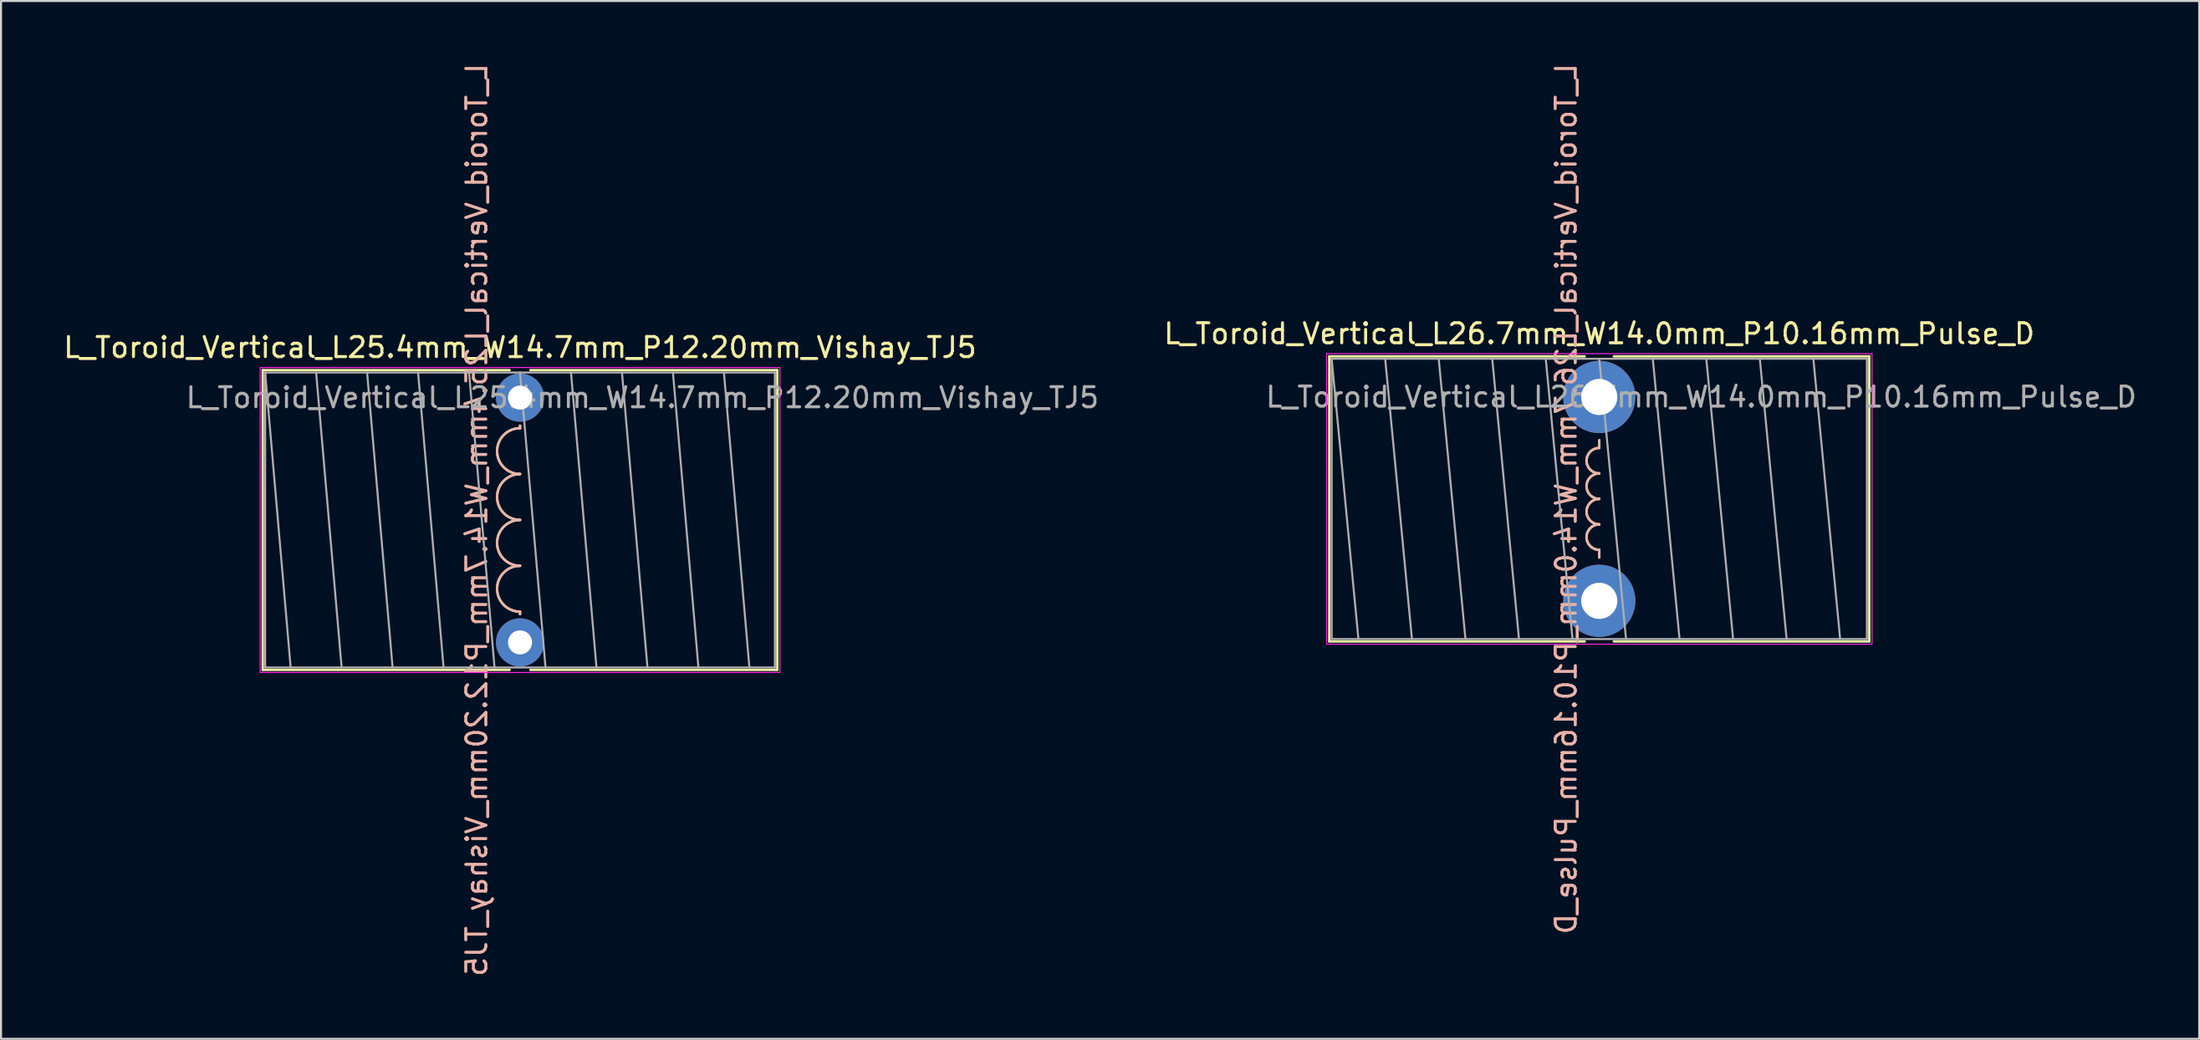
<source format=kicad_pcb>
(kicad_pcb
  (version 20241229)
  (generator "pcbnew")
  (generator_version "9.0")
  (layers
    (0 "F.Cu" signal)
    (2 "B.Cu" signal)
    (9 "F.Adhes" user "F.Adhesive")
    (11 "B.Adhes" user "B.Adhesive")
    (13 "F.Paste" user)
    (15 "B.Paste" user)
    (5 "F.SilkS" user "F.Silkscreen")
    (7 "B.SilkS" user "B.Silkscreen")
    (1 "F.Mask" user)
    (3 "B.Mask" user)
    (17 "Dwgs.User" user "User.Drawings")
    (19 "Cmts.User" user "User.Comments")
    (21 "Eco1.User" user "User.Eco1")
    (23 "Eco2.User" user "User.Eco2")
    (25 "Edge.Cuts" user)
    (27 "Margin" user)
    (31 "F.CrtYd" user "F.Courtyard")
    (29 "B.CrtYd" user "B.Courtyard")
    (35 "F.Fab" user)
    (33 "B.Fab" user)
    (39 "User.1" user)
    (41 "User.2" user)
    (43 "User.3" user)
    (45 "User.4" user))
  (footprint "L_Toroid_Vertical_L26.7mm_W14.0mm_P10.16mm_Pulse_D"
    (layer "F.Cu")
    (at 76.642 16.735)
    (property "Reference" "L_Toroid_Vertical_L26.7mm_W14.0mm_P10.16mm_Pulse_D" (at 0 -3.155 0) (layer "F.SilkS") (effects (font (size 1 1) (thickness 0.15))))
    (fp_line (start -13.455 -2.025) (end -13.455 12.185) (stroke (width 0.12) (type solid)) (layer "F.SilkS"))
    (fp_line (start -13.455 -2.025) (end -0.725 -2.025) (stroke (width 0.12) (type solid)) (layer "F.SilkS"))
    (fp_line (start -13.455 12.185) (end -0.725 12.185) (stroke (width 0.12) (type solid)) (layer "F.SilkS"))
    (fp_line (start 0 2.54) (end 0 2.159) (stroke (width 0.12) (type solid)) (layer "F.SilkS"))
    (fp_line (start 0 7.62) (end 0 8.001) (stroke (width 0.12) (type solid)) (layer "F.SilkS"))
    (fp_line (start 0.725 -2.025) (end 13.455 -2.025) (stroke (width 0.12) (type solid)) (layer "F.SilkS"))
    (fp_line (start 0.725 12.185) (end 13.455 12.185) (stroke (width 0.12) (type solid)) (layer "F.SilkS"))
    (fp_line (start 13.455 -2.025) (end 13.455 12.185) (stroke (width 0.12) (type solid)) (layer "F.SilkS"))
    (fp_arc (start 0 3.81) (mid -0.635 3.175) (end 0 2.54) (stroke (width 0.12) (type solid)) (layer "F.SilkS"))
    (fp_arc (start 0 5.08) (mid -0.635 4.445) (end 0 3.81) (stroke (width 0.12) (type solid)) (layer "F.SilkS"))
    (fp_arc (start 0 6.35) (mid -0.635 5.715) (end 0 5.08) (stroke (width 0.12) (type solid)) (layer "F.SilkS"))
    (fp_arc (start 0 7.62) (mid -0.635 6.985) (end 0 6.35) (stroke (width 0.12) (type solid)) (layer "F.SilkS"))
    (fp_line (start 0 2.54) (end 0 2.159) (stroke (width 0.12) (type solid)) (layer "B.SilkS"))
    (fp_line (start 0 7.62) (end 0 8.001) (stroke (width 0.12) (type solid)) (layer "B.SilkS"))
    (fp_arc (start 0 3.81) (mid -0.635 3.175) (end 0 2.54) (stroke (width 0.12) (type solid)) (layer "B.SilkS"))
    (fp_arc (start 0 5.08) (mid -0.635 4.445) (end 0 3.81) (stroke (width 0.12) (type solid)) (layer "B.SilkS"))
    (fp_arc (start 0 6.35) (mid -0.635 5.715) (end 0 5.08) (stroke (width 0.12) (type solid)) (layer "B.SilkS"))
    (fp_arc (start 0 7.62) (mid -0.635 6.985) (end 0 6.35) (stroke (width 0.12) (type solid)) (layer "B.SilkS"))
    (fp_line (start -13.59 -2.16) (end -13.59 12.32) (stroke (width 0.05) (type solid)) (layer "F.CrtYd"))
    (fp_line (start -13.59 12.32) (end 13.59 12.32) (stroke (width 0.05) (type solid)) (layer "F.CrtYd"))
    (fp_line (start 13.59 -2.16) (end -13.59 -2.16) (stroke (width 0.05) (type solid)) (layer "F.CrtYd"))
    (fp_line (start 13.59 12.32) (end 13.59 -2.16) (stroke (width 0.05) (type solid)) (layer "F.CrtYd"))
    (fp_line (start -13.335 -1.905) (end -13.335 12.065) (stroke (width 0.1) (type solid)) (layer "F.Fab"))
    (fp_line (start -13.335 -1.905) (end -12.002 12.065) (stroke (width 0.1) (type solid)) (layer "F.Fab"))
    (fp_line (start -13.335 12.065) (end 13.335 12.065) (stroke (width 0.1) (type solid)) (layer "F.Fab"))
    (fp_line (start -10.668 -1.905) (end -9.335 12.065) (stroke (width 0.1) (type solid)) (layer "F.Fab"))
    (fp_line (start -8.001 -1.905) (end -6.668 12.065) (stroke (width 0.1) (type solid)) (layer "F.Fab"))
    (fp_line (start -5.334 -1.905) (end -4 12.065) (stroke (width 0.1) (type solid)) (layer "F.Fab"))
    (fp_line (start -2.667 -1.905) (end -1.333 12.065) (stroke (width 0.1) (type solid)) (layer "F.Fab"))
    (fp_line (start 0 -1.905) (end 1.333 12.065) (stroke (width 0.1) (type solid)) (layer "F.Fab"))
    (fp_line (start 2.667 -1.905) (end 4 12.065) (stroke (width 0.1) (type solid)) (layer "F.Fab"))
    (fp_line (start 5.334 -1.905) (end 6.668 12.065) (stroke (width 0.1) (type solid)) (layer "F.Fab"))
    (fp_line (start 8.001 -1.905) (end 9.335 12.065) (stroke (width 0.1) (type solid)) (layer "F.Fab"))
    (fp_line (start 10.668 -1.905) (end 12.002 12.065) (stroke (width 0.1) (type solid)) (layer "F.Fab"))
    (fp_line (start 13.335 -1.905) (end -13.335 -1.905) (stroke (width 0.1) (type solid)) (layer "F.Fab"))
    (fp_line (start 13.335 12.065) (end 13.335 -1.905) (stroke (width 0.1) (type solid)) (layer "F.Fab"))
    (fp_text user "${REFERENCE}" (at -1.651 5.08 90) (layer "B.SilkS") (effects (font (size 1 1) (thickness 0.15)) (justify mirror)))
    (fp_text user "${REFERENCE}" (at 5.08 0 0) (layer "F.Fab") (effects (font (size 1 1) (thickness 0.15))))
    (pad "1" thru_hole circle (at 0 0) (size 3.6 3.6) (drill 1.8) (layers "*.Cu" "*.Mask"))
    (pad "2" thru_hole circle (at 0 10.16) (size 3.6 3.6) (drill 1.8) (layers "*.Cu" "*.Mask")))
  (footprint "L_Toroid_Vertical_L25.4mm_W14.7mm_P12.20mm_Vishay_TJ5"
    (layer "F.Cu")
    (at 22.863 16.767)
    (property "Reference" "L_Toroid_Vertical_L25.4mm_W14.7mm_P12.20mm_Vishay_TJ5" (at 0 -2.5 0) (layer "F.SilkS") (effects (font (size 1 1) (thickness 0.15))))
    (fp_line (start -12.82 -1.37) (end -12.82 13.57) (stroke (width 0.12) (type solid)) (layer "F.SilkS"))
    (fp_line (start -12.82 -1.37) (end -0.517 -1.37) (stroke (width 0.12) (type solid)) (layer "F.SilkS"))
    (fp_line (start -12.82 13.57) (end -0.517 13.57) (stroke (width 0.12) (type solid)) (layer "F.SilkS"))
    (fp_line (start 0 1.524) (end 0 1.397) (stroke (width 0.12) (type solid)) (layer "F.SilkS"))
    (fp_line (start 0 10.668) (end 0 10.795) (stroke (width 0.12) (type solid)) (layer "F.SilkS"))
    (fp_line (start 0.517 -1.37) (end 12.82 -1.37) (stroke (width 0.12) (type solid)) (layer "F.SilkS"))
    (fp_line (start 0.517 13.57) (end 12.82 13.57) (stroke (width 0.12) (type solid)) (layer "F.SilkS"))
    (fp_line (start 12.82 -1.37) (end 12.82 13.57) (stroke (width 0.12) (type solid)) (layer "F.SilkS"))
    (fp_arc (start 0 3.81) (mid -1.143 2.667) (end 0 1.524) (stroke (width 0.12) (type solid)) (layer "F.SilkS"))
    (fp_arc (start 0 6.096) (mid -1.143 4.953) (end 0 3.81) (stroke (width 0.12) (type solid)) (layer "F.SilkS"))
    (fp_arc (start 0 8.382) (mid -1.143 7.239) (end 0 6.096) (stroke (width 0.12) (type solid)) (layer "F.SilkS"))
    (fp_arc (start 0 10.668) (mid -1.143 9.525) (end 0 8.382) (stroke (width 0.12) (type solid)) (layer "F.SilkS"))
    (fp_line (start 0 1.524) (end 0 1.397) (stroke (width 0.12) (type solid)) (layer "B.SilkS"))
    (fp_line (start 0 10.668) (end 0 10.795) (stroke (width 0.12) (type solid)) (layer "B.SilkS"))
    (fp_arc (start 0 3.81) (mid -1.143 2.667) (end 0 1.524) (stroke (width 0.12) (type solid)) (layer "B.SilkS"))
    (fp_arc (start 0 6.096) (mid -1.143 4.953) (end 0 3.81) (stroke (width 0.12) (type solid)) (layer "B.SilkS"))
    (fp_arc (start 0 8.382) (mid -1.143 7.239) (end 0 6.096) (stroke (width 0.12) (type solid)) (layer "B.SilkS"))
    (fp_arc (start 0 10.668) (mid -1.143 9.525) (end 0 8.382) (stroke (width 0.12) (type solid)) (layer "B.SilkS"))
    (fp_line (start -12.95 -1.5) (end -12.95 13.7) (stroke (width 0.05) (type solid)) (layer "F.CrtYd"))
    (fp_line (start -12.95 13.7) (end 12.95 13.7) (stroke (width 0.05) (type solid)) (layer "F.CrtYd"))
    (fp_line (start 12.95 -1.5) (end -12.95 -1.5) (stroke (width 0.05) (type solid)) (layer "F.CrtYd"))
    (fp_line (start 12.95 13.7) (end 12.95 -1.5) (stroke (width 0.05) (type solid)) (layer "F.CrtYd"))
    (fp_line (start -12.7 -1.25) (end -12.7 13.45) (stroke (width 0.1) (type solid)) (layer "F.Fab"))
    (fp_line (start -12.7 -1.25) (end -11.43 13.45) (stroke (width 0.1) (type solid)) (layer "F.Fab"))
    (fp_line (start -12.7 13.45) (end 12.7 13.45) (stroke (width 0.1) (type solid)) (layer "F.Fab"))
    (fp_line (start -10.16 -1.25) (end -8.89 13.45) (stroke (width 0.1) (type solid)) (layer "F.Fab"))
    (fp_line (start -7.62 -1.25) (end -6.35 13.45) (stroke (width 0.1) (type solid)) (layer "F.Fab"))
    (fp_line (start -5.08 -1.25) (end -3.81 13.45) (stroke (width 0.1) (type solid)) (layer "F.Fab"))
    (fp_line (start -2.54 -1.25) (end -1.27 13.45) (stroke (width 0.1) (type solid)) (layer "F.Fab"))
    (fp_line (start 0 -1.25) (end 1.27 13.45) (stroke (width 0.1) (type solid)) (layer "F.Fab"))
    (fp_line (start 2.54 -1.25) (end 3.81 13.45) (stroke (width 0.1) (type solid)) (layer "F.Fab"))
    (fp_line (start 5.08 -1.25) (end 6.35 13.45) (stroke (width 0.1) (type solid)) (layer "F.Fab"))
    (fp_line (start 7.62 -1.25) (end 8.89 13.45) (stroke (width 0.1) (type solid)) (layer "F.Fab"))
    (fp_line (start 10.16 -1.25) (end 11.43 13.45) (stroke (width 0.1) (type solid)) (layer "F.Fab"))
    (fp_line (start 12.7 -1.25) (end -12.7 -1.25) (stroke (width 0.1) (type solid)) (layer "F.Fab"))
    (fp_line (start 12.7 13.45) (end 12.7 -1.25) (stroke (width 0.1) (type solid)) (layer "F.Fab"))
    (fp_text user "${REFERENCE}" (at -2.159 6.096 90) (layer "B.SilkS") (effects (font (size 1 1) (thickness 0.15)) (justify mirror)))
    (fp_text user "${REFERENCE}" (at 6.1 0 0) (layer "F.Fab") (effects (font (size 1 1) (thickness 0.15))))
    (pad "1" thru_hole circle (at 0 0) (size 2.4 2.4) (drill 1.2) (layers "*.Cu" "*.Mask"))
    (pad "2" thru_hole circle (at 0 12.2) (size 2.4 2.4) (drill 1.2) (layers "*.Cu" "*.Mask")))
  (gr_rect
    (start -3 -3)
    (end 106.537 48.726)
    (stroke (width 0.1) (type default))
    (fill no)
    (layer "Edge.Cuts")))
</source>
